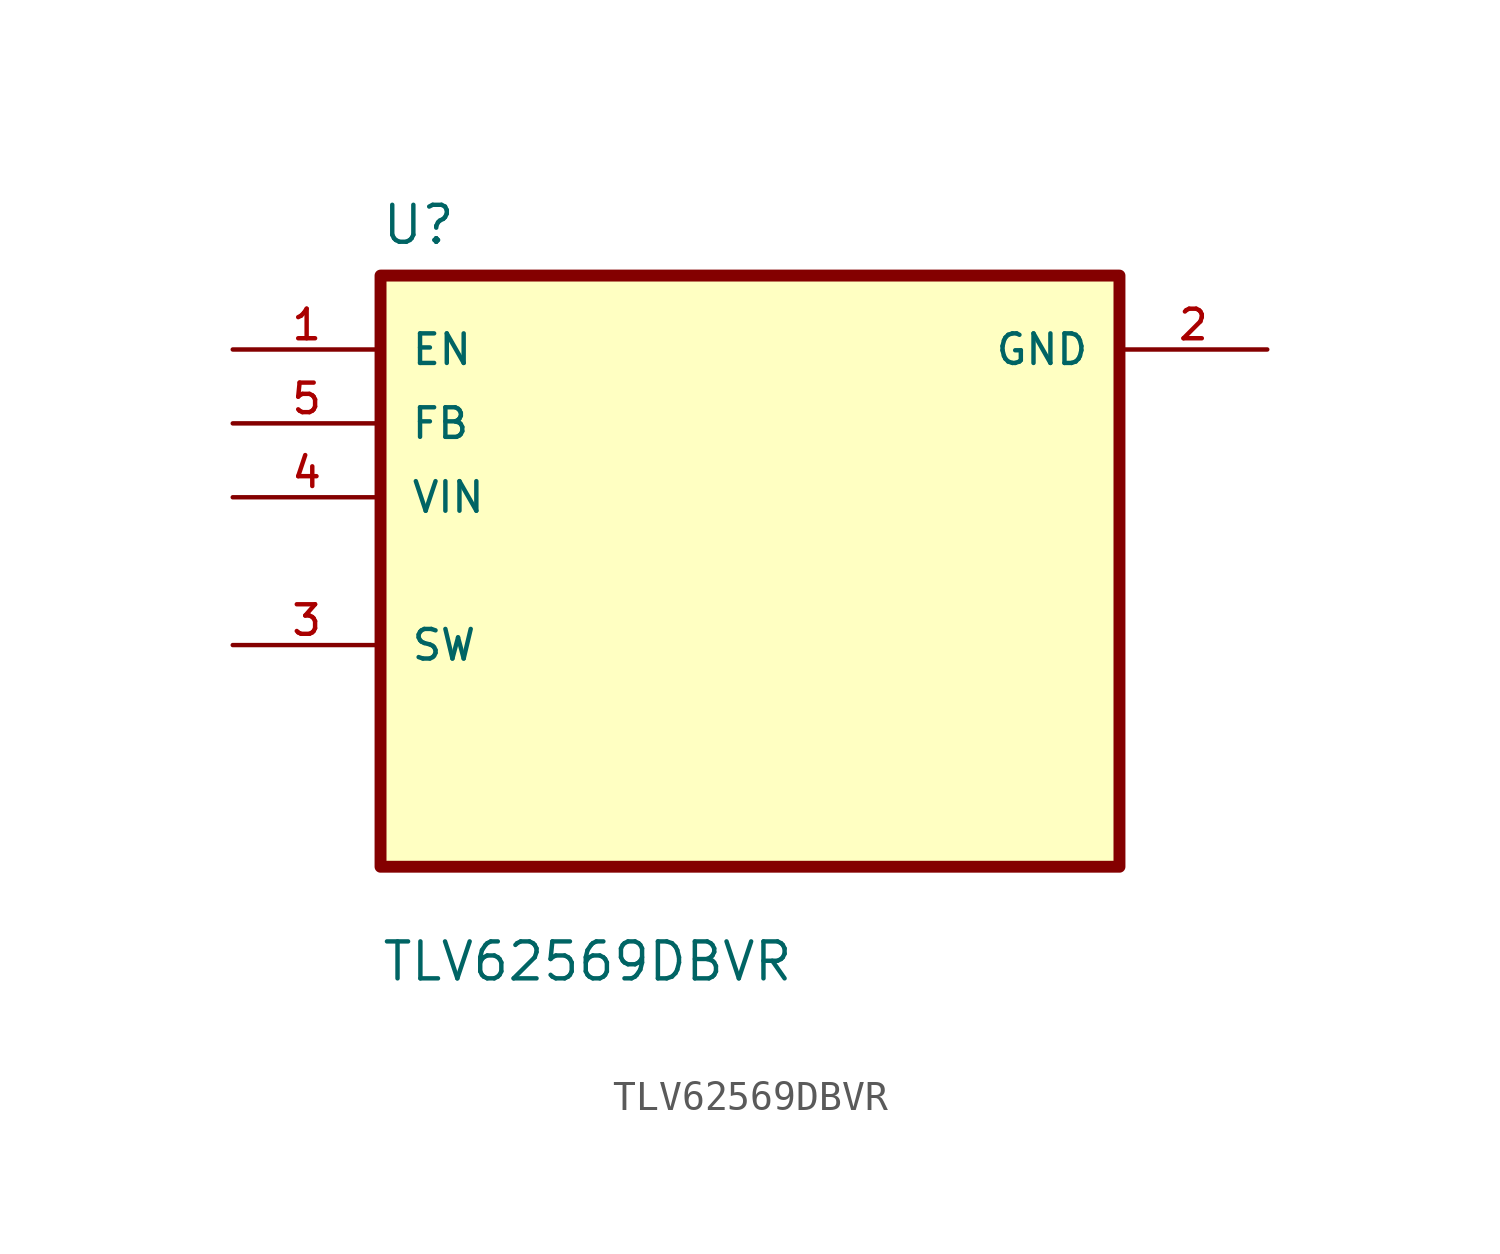
<source format=kicad_sym>
(kicad_symbol_lib
  (version 20211014)
  (generator kicad_symbol_editor)
  (symbol "TLV62569DBVR"
    (pin_names
      (offset 1.016))
    (property "Reference" "U"
      (at -12.7 11.16 0.0)
      (effects (font (size 1.27 1.27)) (justify bottom left)))
    (property "Value" "TLV62569DBVR"
      (at -12.7 -14.16 0.0)
      (effects (font (size 1.27 1.27)) (justify bottom left)))
    (symbol "TLV62569DBVR_0_0"
      (rectangle (start -12.7 -10.16) (end 12.7 10.16) (stroke (width 0.41)) (fill (type background)))
      (pin input line (at -17.78 7.62 0) (length 5.08) (name "EN" (effects (font (size 1.016 1.016)))) (number "1" (effects (font (size 1.016 1.016)))))
      (pin input line (at -17.78 5.08 0) (length 5.08) (name "FB" (effects (font (size 1.016 1.016)))) (number "5" (effects (font (size 1.016 1.016)))))
      (pin input line (at -17.78 2.54 0) (length 5.08) (name "VIN" (effects (font (size 1.016 1.016)))) (number "4" (effects (font (size 1.016 1.016)))))
      (pin bidirectional line (at -17.78 -2.54 0) (length 5.08) (name "SW" (effects (font (size 1.016 1.016)))) (number "3" (effects (font (size 1.016 1.016)))))
      (pin power_in line (at 17.78 7.62 180.0) (length 5.08) (name "GND" (effects (font (size 1.016 1.016)))) (number "2" (effects (font (size 1.016 1.016))))))))
</source>
